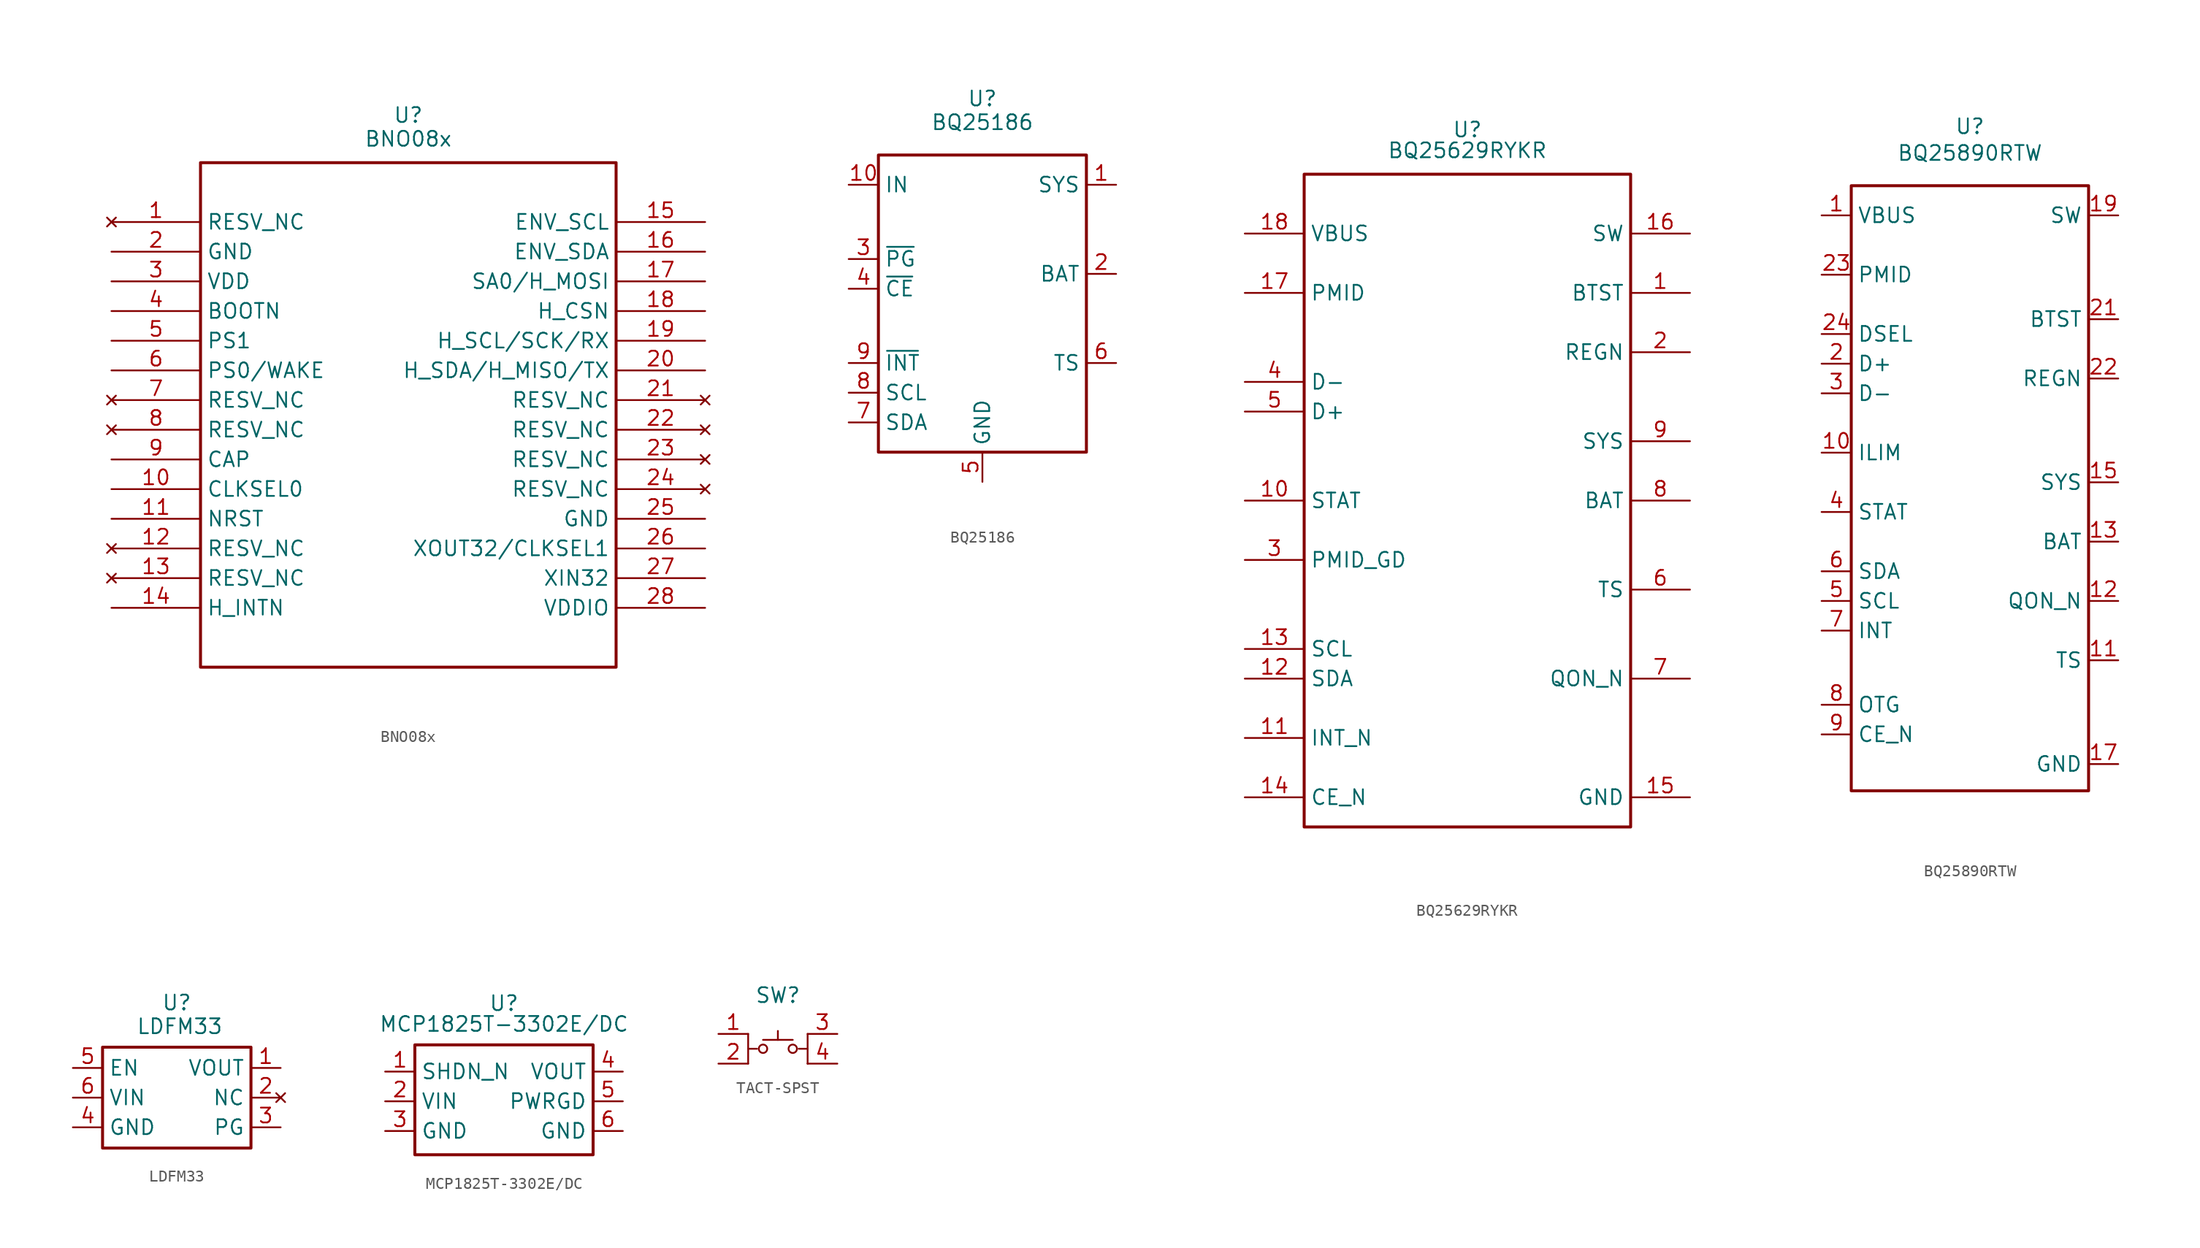
<source format=kicad_sym>
(kicad_symbol_lib
  (version 20241209)
  (generator "kicad_symbol_editor")
  (generator_version "9.0")
  (symbol "BNO08x"
    (property "Reference" "U"
      (at 0 25.654 0)
      (effects (font (size 1.27 1.27))))
    (property "Value" "BNO08x"
      (at 0 23.622 0)
      (effects (font (size 1.27 1.27))))
    (symbol "BNO08x_0_1"
      (rectangle (start -17.78 21.59) (end 17.78 -21.59) (stroke (width 0.254) (type default)) (fill (type none)))
      (pin no_connect line (at -25.4 16.51 0) (length 7.62) (name "RESV_NC" (effects (font (size 1.27 1.27)))) (number "1" (effects (font (size 1.27 1.27)))))
      (pin power_in line (at -25.4 11.43 0) (length 7.62) (name "VDD" (effects (font (size 1.27 1.27)))) (number "3" (effects (font (size 1.27 1.27)))))
      (pin no_connect line (at -25.4 1.27 0) (length 7.62) (name "RESV_NC" (effects (font (size 1.27 1.27)))) (number "7" (effects (font (size 1.27 1.27)))))
      (pin no_connect line (at -25.4 -1.27 0) (length 7.62) (name "RESV_NC" (effects (font (size 1.27 1.27)))) (number "8" (effects (font (size 1.27 1.27)))))
      (pin passive line (at -25.4 -3.81 0) (length 7.62) (name "CAP" (effects (font (size 1.27 1.27)))) (number "9" (effects (font (size 1.27 1.27)))))
      (pin no_connect line (at -25.4 -11.43 0) (length 7.62) (name "RESV_NC" (effects (font (size 1.27 1.27)))) (number "12" (effects (font (size 1.27 1.27)))))
      (pin no_connect line (at -25.4 -13.97 0) (length 7.62) (name "RESV_NC" (effects (font (size 1.27 1.27)))) (number "13" (effects (font (size 1.27 1.27)))))
      (pin output line (at -25.4 -16.51 0) (length 7.62) (name "H_INTN" (effects (font (size 1.27 1.27)))) (number "14" (effects (font (size 1.27 1.27)))))
      (pin input line (at 25.4 11.43 180) (length 7.62) (name "SA0/H_MOSI" (effects (font (size 1.27 1.27)))) (number "17" (effects (font (size 1.27 1.27)))))
      (pin input line (at 25.4 8.89 180) (length 7.62) (name "H_CSN" (effects (font (size 1.27 1.27)))) (number "18" (effects (font (size 1.27 1.27)))))
      (pin bidirectional line (at 25.4 6.35 180) (length 7.62) (name "H_SCL/SCK/RX" (effects (font (size 1.27 1.27)))) (number "19" (effects (font (size 1.27 1.27)))))
      (pin bidirectional line (at 25.4 3.81 180) (length 7.62) (name "H_SDA/H_MISO/TX" (effects (font (size 1.27 1.27)))) (number "20" (effects (font (size 1.27 1.27)))))
      (pin no_connect line (at 25.4 1.27 180) (length 7.62) (name "RESV_NC" (effects (font (size 1.27 1.27)))) (number "21" (effects (font (size 1.27 1.27)))))
      (pin no_connect line (at 25.4 -1.27 180) (length 7.62) (name "RESV_NC" (effects (font (size 1.27 1.27)))) (number "22" (effects (font (size 1.27 1.27)))))
      (pin no_connect line (at 25.4 -3.81 180) (length 7.62) (name "RESV_NC" (effects (font (size 1.27 1.27)))) (number "23" (effects (font (size 1.27 1.27)))))
      (pin power_in line (at 25.4 -16.51 180) (length 7.62) (name "VDDIO" (effects (font (size 1.27 1.27)))) (number "28" (effects (font (size 1.27 1.27))))))
    (symbol "BNO08x_1_1"
      (pin power_in line (at -25.4 13.97 0) (length 7.62) (name "GND" (effects (font (size 1.27 1.27)))) (number "2" (effects (font (size 1.27 1.27)))))
      (pin input line (at -25.4 8.89 0) (length 7.62) (name "BOOTN" (effects (font (size 1.27 1.27)))) (number "4" (effects (font (size 1.27 1.27)))))
      (pin input line (at -25.4 6.35 0) (length 7.62) (name "PS1" (effects (font (size 1.27 1.27)))) (number "5" (effects (font (size 1.27 1.27)))))
      (pin input line (at -25.4 3.81 0) (length 7.62) (name "PS0/WAKE" (effects (font (size 1.27 1.27)))) (number "6" (effects (font (size 1.27 1.27)))))
      (pin input line (at -25.4 -6.35 0) (length 7.62) (name "CLKSEL0" (effects (font (size 1.27 1.27)))) (number "10" (effects (font (size 1.27 1.27)))))
      (pin input line (at -25.4 -8.89 0) (length 7.62) (name "NRST" (effects (font (size 1.27 1.27)))) (number "11" (effects (font (size 1.27 1.27)))))
      (pin bidirectional line (at 25.4 16.51 180) (length 7.62) (name "ENV_SCL" (effects (font (size 1.27 1.27)))) (number "15" (effects (font (size 1.27 1.27)))))
      (pin bidirectional line (at 25.4 13.97 180) (length 7.62) (name "ENV_SDA" (effects (font (size 1.27 1.27)))) (number "16" (effects (font (size 1.27 1.27)))))
      (pin no_connect line (at 25.4 -6.35 180) (length 7.62) (name "RESV_NC" (effects (font (size 1.27 1.27)))) (number "24" (effects (font (size 1.27 1.27)))))
      (pin power_in line (at 25.4 -8.89 180) (length 7.62) (name "GND" (effects (font (size 1.27 1.27)))) (number "25" (effects (font (size 1.27 1.27)))))
      (pin passive line (at 25.4 -11.43 180) (length 7.62) (name "XOUT32/CLKSEL1" (effects (font (size 1.27 1.27)))) (number "26" (effects (font (size 1.27 1.27)))))
      (pin passive line (at 25.4 -13.97 180) (length 7.62) (name "XIN32" (effects (font (size 1.27 1.27)))) (number "27" (effects (font (size 1.27 1.27)))))))
  (symbol "BQ25186"
    (property "Reference" "U"
      (at 0 17.526 0)
      (effects (font (size 1.27 1.27))))
    (property "Value" "BQ25186"
      (at 0 15.494 0)
      (effects (font (size 1.27 1.27))))
    (symbol "BQ25186_0_0"
      (pin power_in line (at -11.43 10.16 0) (length 2.54) (name "IN" (effects (font (size 1.27 1.27)))) (number "10" (effects (font (size 1.27 1.27)))))
      (pin bidirectional line (at -11.43 -7.62 0) (length 2.54) (name "SCL" (effects (font (size 1.27 1.27)))) (number "8" (effects (font (size 1.27 1.27)))))
      (pin bidirectional line (at -11.43 -10.16 0) (length 2.54) (name "SDA" (effects (font (size 1.27 1.27)))) (number "7" (effects (font (size 1.27 1.27)))))
      (pin power_in line (at 0 -15.24 90) (length 2.54) (name "GND" (effects (font (size 1.27 1.27)))) (number "5" (effects (font (size 1.27 1.27)))))
      (pin power_out line (at 11.43 10.16 180) (length 2.54) (name "SYS" (effects (font (size 1.27 1.27)))) (number "1" (effects (font (size 1.27 1.27)))))
      (pin input line (at 11.43 -5.08 180) (length 2.54) (name "TS" (effects (font (size 1.27 1.27)))) (number "6" (effects (font (size 1.27 1.27))))))
    (symbol "BQ25186_0_1"
      (rectangle (start -8.89 12.7) (end 8.89 -12.7) (stroke (width 0.254) (type default)) (fill (type none))))
    (symbol "BQ25186_1_0"
      (pin open_collector line (at -11.43 3.81 0) (length 2.54) (name "~{PG}" (effects (font (size 1.27 1.27)))) (number "3" (effects (font (size 1.27 1.27)))))
      (pin input line (at -11.43 1.27 0) (length 2.54) (name "~{CE}" (effects (font (size 1.27 1.27)))) (number "4" (effects (font (size 1.27 1.27)))))
      (pin open_collector line (at -11.43 -5.08 0) (length 2.54) (name "~{INT}" (effects (font (size 1.27 1.27)))) (number "9" (effects (font (size 1.27 1.27)))))
      (pin power_in line (at 0 -15.24 90) (length 2.54) (hide yes) (name "GND" (effects (font (size 1.27 1.27)))) (number "11" (effects (font (size 1.27 1.27)))))
      (pin power_out line (at 11.43 2.54 180) (length 2.54) (name "BAT" (effects (font (size 1.27 1.27)))) (number "2" (effects (font (size 1.27 1.27)))))))
  (symbol "BQ25629RYKR"
    (property "Reference" "U"
      (at 0 31.75 0)
      (effects (font (size 1.27 1.27))))
    (property "Value" "BQ25629RYKR"
      (at 0 29.972 0)
      (effects (font (size 1.27 1.27))))
    (symbol "BQ25629RYKR_0_1"
      (rectangle (start -13.97 27.94) (end 13.97 -27.94) (stroke (width 0.254) (type default)) (fill (type none)))
      (pin power_in line (at -19.05 22.86 0) (length 5.08) (name "VBUS" (effects (font (size 1.27 1.27)))) (number "18" (effects (font (size 1.27 1.27)))))
      (pin power_out line (at -19.05 17.78 0) (length 5.08) (name "PMID" (effects (font (size 1.27 1.27)))) (number "17" (effects (font (size 1.27 1.27)))))
      (pin bidirectional line (at -19.05 10.16 0) (length 5.08) (name "D-" (effects (font (size 1.27 1.27)))) (number "4" (effects (font (size 1.27 1.27)))))
      (pin bidirectional line (at -19.05 7.62 0) (length 5.08) (name "D+" (effects (font (size 1.27 1.27)))) (number "5" (effects (font (size 1.27 1.27)))))
      (pin open_collector line (at -19.05 0 0) (length 5.08) (name "STAT" (effects (font (size 1.27 1.27)))) (number "10" (effects (font (size 1.27 1.27)))))
      (pin open_collector line (at -19.05 -5.08 0) (length 5.08) (name "PMID_GD" (effects (font (size 1.27 1.27)))) (number "3" (effects (font (size 1.27 1.27)))))
      (pin bidirectional line (at -19.05 -12.7 0) (length 5.08) (name "SCL" (effects (font (size 1.27 1.27)))) (number "13" (effects (font (size 1.27 1.27)))))
      (pin bidirectional line (at -19.05 -15.24 0) (length 5.08) (name "SDA" (effects (font (size 1.27 1.27)))) (number "12" (effects (font (size 1.27 1.27)))))
      (pin open_collector line (at -19.05 -20.32 0) (length 5.08) (name "INT_N" (effects (font (size 1.27 1.27)))) (number "11" (effects (font (size 1.27 1.27)))))
      (pin input line (at -19.05 -25.4 0) (length 5.08) (name "CE_N" (effects (font (size 1.27 1.27)))) (number "14" (effects (font (size 1.27 1.27)))))
      (pin passive line (at 19.05 22.86 180) (length 5.08) (name "SW" (effects (font (size 1.27 1.27)))) (number "16" (effects (font (size 1.27 1.27)))))
      (pin passive line (at 19.05 17.78 180) (length 5.08) (name "BTST" (effects (font (size 1.27 1.27)))) (number "1" (effects (font (size 1.27 1.27)))))
      (pin passive line (at 19.05 12.7 180) (length 5.08) (name "REGN" (effects (font (size 1.27 1.27)))) (number "2" (effects (font (size 1.27 1.27)))))
      (pin power_out line (at 19.05 5.08 180) (length 5.08) (name "SYS" (effects (font (size 1.27 1.27)))) (number "9" (effects (font (size 1.27 1.27)))))
      (pin power_in line (at 19.05 0 180) (length 5.08) (name "BAT" (effects (font (size 1.27 1.27)))) (number "8" (effects (font (size 1.27 1.27)))))
      (pin input line (at 19.05 -7.62 180) (length 5.08) (name "TS" (effects (font (size 1.27 1.27)))) (number "6" (effects (font (size 1.27 1.27)))))
      (pin input line (at 19.05 -15.24 180) (length 5.08) (name "QON_N" (effects (font (size 1.27 1.27)))) (number "7" (effects (font (size 1.27 1.27)))))
      (pin power_in line (at 19.05 -25.4 180) (length 5.08) (name "GND" (effects (font (size 1.27 1.27)))) (number "15" (effects (font (size 1.27 1.27)))))))
  (symbol "BQ25890RTW"
    (property "Reference" "U"
      (at 0 25.4 0)
      (effects (font (size 1.27 1.27))))
    (property "Value" "BQ25890RTW"
      (at 0 23.114 0)
      (effects (font (size 1.27 1.27))))
    (symbol "BQ25890RTW_0_0"
      (pin power_in line (at -12.7 17.78 0) (length 2.54) (name "VBUS" (effects (font (size 1.27 1.27)))) (number "1" (effects (font (size 1.27 1.27)))))
      (pin power_out line (at -12.7 12.7 0) (length 2.54) (name "PMID" (effects (font (size 1.27 1.27)))) (number "23" (effects (font (size 1.27 1.27)))))
      (pin output line (at -12.7 7.62 0) (length 2.54) (name "DSEL" (effects (font (size 1.27 1.27)))) (number "24" (effects (font (size 1.27 1.27)))))
      (pin bidirectional line (at -12.7 5.08 0) (length 2.54) (name "D+" (effects (font (size 1.27 1.27)))) (number "2" (effects (font (size 1.27 1.27)))))
      (pin bidirectional line (at -12.7 2.54 0) (length 2.54) (name "D-" (effects (font (size 1.27 1.27)))) (number "3" (effects (font (size 1.27 1.27)))))
      (pin input line (at -12.7 -2.54 0) (length 2.54) (name "ILIM" (effects (font (size 1.27 1.27)))) (number "10" (effects (font (size 1.27 1.27)))))
      (pin open_collector line (at -12.7 -7.62 0) (length 2.54) (name "STAT" (effects (font (size 1.27 1.27)))) (number "4" (effects (font (size 1.27 1.27)))))
      (pin input line (at -12.7 -15.24 0) (length 2.54) (name "SCL" (effects (font (size 1.27 1.27)))) (number "5" (effects (font (size 1.27 1.27)))))
      (pin open_collector line (at -12.7 -17.78 0) (length 2.54) (name "INT" (effects (font (size 1.27 1.27)))) (number "7" (effects (font (size 1.27 1.27)))))
      (pin input line (at -12.7 -24.13 0) (length 2.54) (name "OTG" (effects (font (size 1.27 1.27)))) (number "8" (effects (font (size 1.27 1.27)))))
      (pin input line (at -12.7 -26.67 0) (length 2.54) (name "CE_N" (effects (font (size 1.27 1.27)))) (number "9" (effects (font (size 1.27 1.27)))))
      (pin power_out line (at 12.7 17.78 180) (length 2.54) (name "SW" (effects (font (size 1.27 1.27)))) (number "19" (effects (font (size 1.27 1.27)))))
      (pin power_out line (at 12.7 3.81 180) (length 2.54) (name "REGN" (effects (font (size 1.27 1.27)))) (number "22" (effects (font (size 1.27 1.27)))))
      (pin power_in line (at 12.7 -5.08 180) (length 2.54) (name "SYS" (effects (font (size 1.27 1.27)))) (number "15" (effects (font (size 1.27 1.27)))))
      (pin input line (at 12.7 -15.24 180) (length 2.54) (name "QON_N" (effects (font (size 1.27 1.27)))) (number "12" (effects (font (size 1.27 1.27)))))
      (pin input line (at 12.7 -20.32 180) (length 2.54) (name "TS" (effects (font (size 1.27 1.27)))) (number "11" (effects (font (size 1.27 1.27))))))
    (symbol "BQ25890RTW_0_1"
      (rectangle (start -10.16 20.32) (end 10.16 -31.496) (stroke (width 0.254) (type default)) (fill (type none))))
    (symbol "BQ25890RTW_1_0"
      (pin bidirectional line (at -12.7 -12.7 0) (length 2.54) (name "SDA" (effects (font (size 1.27 1.27)))) (number "6" (effects (font (size 1.27 1.27)))))
      (pin passive line (at 12.7 17.78 180) (length 2.54) (hide yes) (name "SW" (effects (font (size 1.27 1.27)))) (number "20" (effects (font (size 1.27 1.27)))))
      (pin power_out line (at 12.7 8.89 180) (length 2.54) (name "BTST" (effects (font (size 1.27 1.27)))) (number "21" (effects (font (size 1.27 1.27)))))
      (pin passive line (at 12.7 -5.08 180) (length 2.54) (hide yes) (name "SYS" (effects (font (size 1.27 1.27)))) (number "16" (effects (font (size 1.27 1.27)))))
      (pin power_out line (at 12.7 -10.16 180) (length 2.54) (name "BAT" (effects (font (size 1.27 1.27)))) (number "13" (effects (font (size 1.27 1.27)))))
      (pin passive line (at 12.7 -10.16 180) (length 2.54) (hide yes) (name "BAT" (effects (font (size 1.27 1.27)))) (number "14" (effects (font (size 1.27 1.27)))))
      (pin power_in line (at 12.7 -29.21 180) (length 2.54) (name "GND" (effects (font (size 1.27 1.27)))) (number "17" (effects (font (size 1.27 1.27)))))
      (pin passive line (at 12.7 -29.21 180) (length 2.54) (hide yes) (name "GND" (effects (font (size 1.27 1.27)))) (number "18" (effects (font (size 1.27 1.27)))))
      (pin power_in line (at 12.7 -29.21 180) (length 2.54) (hide yes) (name "GND" (effects (font (size 1.27 1.27)))) (number "25" (effects (font (size 1.27 1.27)))))))
  (symbol "LDFM33"
    (property "Reference" "U"
      (at 0 8.128 0)
      (effects (font (size 1.27 1.27))))
    (property "Value" "LDFM33"
      (at 0.254 6.096 0)
      (effects (font (size 1.27 1.27))))
    (symbol "LDFM33_0_0"
      (pin input line (at -8.89 2.54 0) (length 2.54) (name "EN" (effects (font (size 1.27 1.27)))) (number "5" (effects (font (size 1.27 1.27)))))
      (pin power_in line (at -8.89 0 0) (length 2.54) (name "VIN" (effects (font (size 1.27 1.27)))) (number "6" (effects (font (size 1.27 1.27)))))
      (pin power_in line (at -8.89 -2.54 0) (length 2.54) (name "GND" (effects (font (size 1.27 1.27)))) (number "4" (effects (font (size 1.27 1.27)))))
      (pin power_in line (at -8.89 -2.54 0) (length 2.54) (hide yes) (name "GND" (effects (font (size 1.27 1.27)))) (number "7" (effects (font (size 1.27 1.27)))))
      (pin power_out line (at 8.89 2.54 180) (length 2.54) (name "VOUT" (effects (font (size 1.27 1.27)))) (number "1" (effects (font (size 1.27 1.27)))))
      (pin no_connect line (at 8.89 0 180) (length 2.54) (name "NC" (effects (font (size 1.27 1.27)))) (number "2" (effects (font (size 1.27 1.27)))))
      (pin open_collector line (at 8.89 -2.54 180) (length 2.54) (name "PG" (effects (font (size 1.27 1.27)))) (number "3" (effects (font (size 1.27 1.27))))))
    (symbol "LDFM33_0_1"
      (rectangle (start -6.35 4.318) (end 6.35 -4.318) (stroke (width 0.254) (type default)) (fill (type none)))))
  (symbol "MCP1825T-3302E/DC"
    (property "Reference" "U"
      (at 0 8.382 0)
      (effects (font (size 1.27 1.27))))
    (property "Value" "MCP1825T-3302E/DC"
      (at 0 6.604 0)
      (effects (font (size 1.27 1.27))))
    (symbol "MCP1825T-3302E/DC_0_0"
      (pin power_in line (at -10.16 0 0) (length 2.54) (name "VIN" (effects (font (size 1.27 1.27)))) (number "2" (effects (font (size 1.27 1.27)))))
      (pin power_in line (at -10.16 -2.54 0) (length 2.54) (name "GND" (effects (font (size 1.27 1.27)))) (number "3" (effects (font (size 1.27 1.27)))))
      (pin power_out line (at 10.16 2.54 180) (length 2.54) (name "VOUT" (effects (font (size 1.27 1.27)))) (number "4" (effects (font (size 1.27 1.27)))))
      (pin output line (at 10.16 0 180) (length 2.54) (name "PWRGD" (effects (font (size 1.27 1.27)))) (number "5" (effects (font (size 1.27 1.27))))))
    (symbol "MCP1825T-3302E/DC_0_1"
      (rectangle (start -7.62 4.826) (end 7.62 -4.572) (stroke (width 0.254) (type default)) (fill (type none))))
    (symbol "MCP1825T-3302E/DC_1_0"
      (pin input line (at -10.16 2.54 0) (length 2.54) (name "SHDN_N" (effects (font (size 1.27 1.27)))) (number "1" (effects (font (size 1.27 1.27)))))
      (pin power_in line (at 10.16 -2.54 180) (length 2.54) (name "GND" (effects (font (size 1.27 1.27)))) (number "6" (effects (font (size 1.27 1.27)))))))
  (symbol "TACT-SPST"
    (property "Reference" "SW"
      (at 0 4.572 0)
      (effects (font (size 1.27 1.27))))
    (property "Value" ""
      (at 0 0 0)
      (effects (font (size 1.27 1.27))))
    (symbol "TACT-SPST_0_0"
      (pin passive line (at -5.08 1.27 0) (length 2.54) (name "" (effects (font (size 1.27 1.27)))) (number "1" (effects (font (size 1.27 1.27)))))
      (pin passive line (at -5.08 -1.27 0) (length 2.54) (name "" (effects (font (size 1.27 1.27)))) (number "2" (effects (font (size 1.27 1.27)))))
      (pin passive line (at 5.08 1.27 180) (length 2.54) (name "" (effects (font (size 1.27 1.27)))) (number "3" (effects (font (size 1.27 1.27)))))
      (pin passive line (at 5.08 -1.27 180) (length 2.54) (name "" (effects (font (size 1.27 1.27)))) (number "4" (effects (font (size 1.27 1.27))))))
    (symbol "TACT-SPST_0_1"
      (polyline (pts (xy -2.54 0) (xy -1.778 0)) (stroke (width 0) (type default)) (fill (type none)))
      (polyline (pts (xy -2.54 -1.27) (xy -2.54 1.27)) (stroke (width 0) (type default)) (fill (type none)))
      (circle (center -1.27 0) (radius 0.359) (stroke (width 0) (type default)) (fill (type none)))
      (circle (center 1.27 0) (radius 0.359) (stroke (width 0) (type default)) (fill (type none)))
      (polyline (pts (xy 1.778 0) (xy 2.54 0)) (stroke (width 0) (type default)) (fill (type none)))
      (polyline (pts (xy 2.54 -1.27) (xy 2.54 1.27)) (stroke (width 0) (type default)) (fill (type none)))
      (polyline (pts (xy 2.54 -1.27) (xy 2.54 -1.27)) (stroke (width 0) (type default)) (fill (type none))))
    (symbol "TACT-SPST_1_1"
      (polyline (pts (xy -1.27 0.762) (xy 1.27 0.762)) (stroke (width 0) (type default)) (fill (type none)))
      (polyline (pts (xy 0 0.762) (xy 0 1.524)) (stroke (width 0) (type default)) (fill (type none)))
      (polyline (pts (xy 0 0.762) (xy 0 0.762)) (stroke (width 0) (type default)) (fill (type none))))))
</source>
